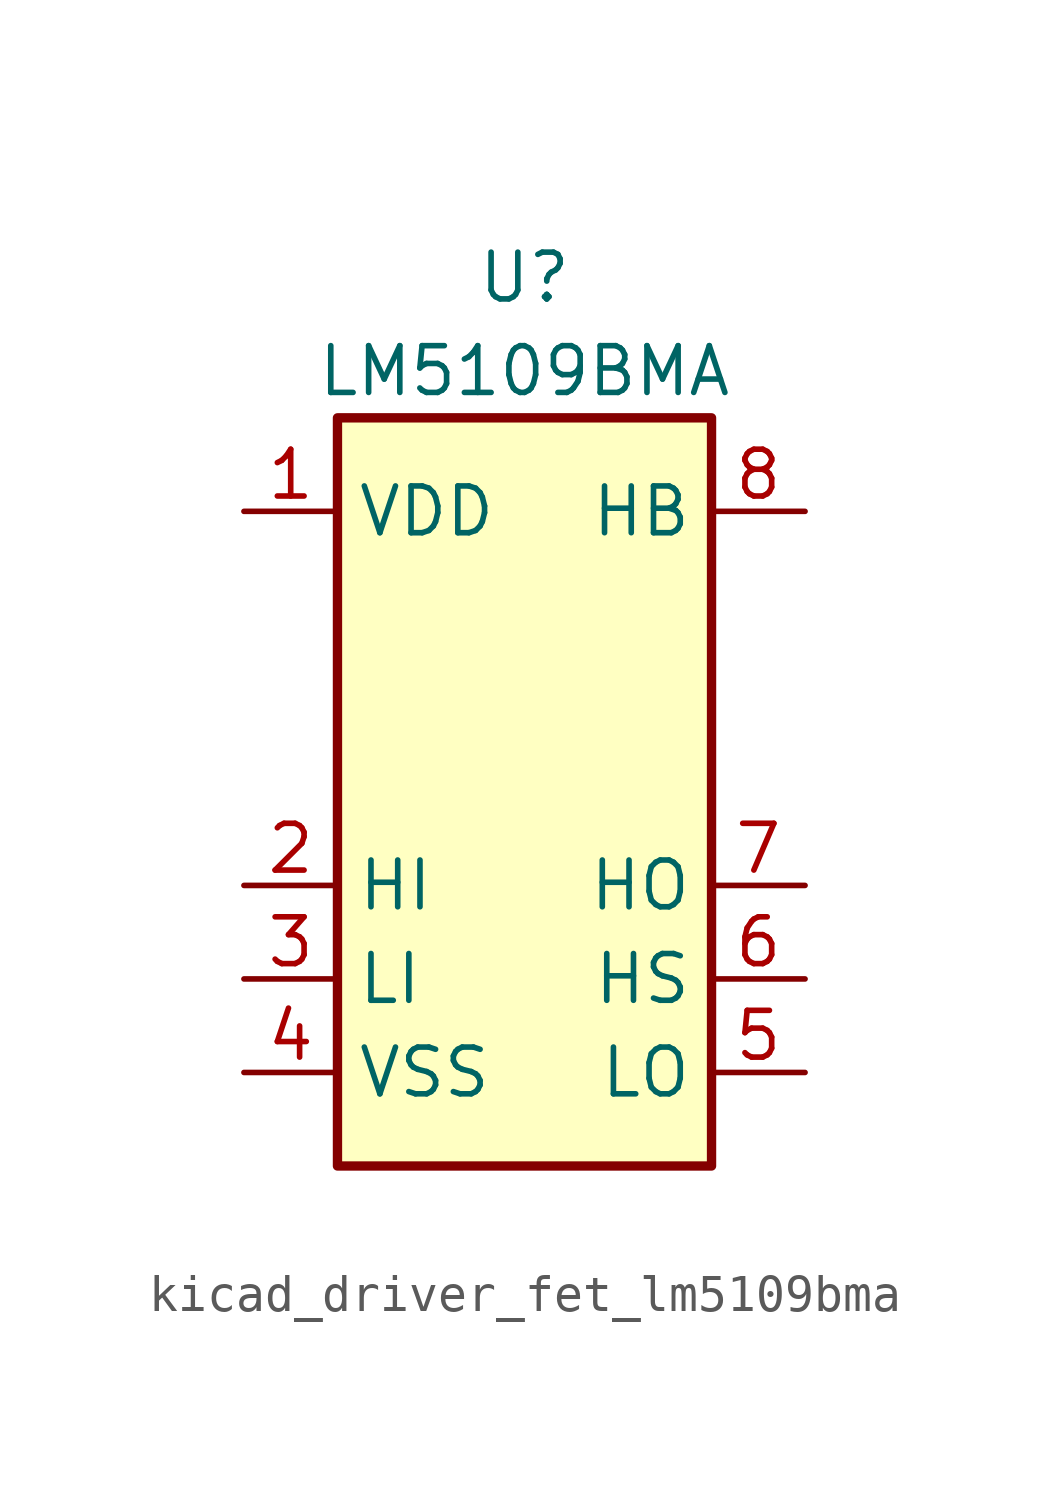
<source format=kicad_sym>
(kicad_symbol_lib
  (version 20220914)
  (generator kicad_symbol_editor)
  (symbol "kicad_driver_fet_lm5109bma"
    (property "Reference" "U"
      (at 0 13.97 0)
      (effects (font (size 1.27 1.27))))
    (property "Value" "LM5109BMA"
      (at 0 11.43 0)
      (effects (font (size 1.27 1.27))))
    (symbol "kicad_driver_fet_lm5109bma_0_1"
      (rectangle (start -5.08 -10.16) (end 5.08 10.16) (stroke (width 0.254) (type default)) (fill (type background))))
    (symbol "kicad_driver_fet_lm5109bma_1_1"
      (pin power_in line (at -7.62 7.62 0) (length 2.54) (name "VDD" (effects (font (size 1.27 1.27)))) (number "1" (effects (font (size 1.27 1.27)))))
      (pin input line (at -7.62 -2.54 0) (length 2.54) (name "HI" (effects (font (size 1.27 1.27)))) (number "2" (effects (font (size 1.27 1.27)))))
      (pin input line (at -7.62 -5.08 0) (length 2.54) (name "LI" (effects (font (size 1.27 1.27)))) (number "3" (effects (font (size 1.27 1.27)))))
      (pin power_in line (at -7.62 -7.62 0) (length 2.54) (name "VSS" (effects (font (size 1.27 1.27)))) (number "4" (effects (font (size 1.27 1.27)))))
      (pin output line (at 7.62 -7.62 180) (length 2.54) (name "LO" (effects (font (size 1.27 1.27)))) (number "5" (effects (font (size 1.27 1.27)))))
      (pin passive line (at 7.62 -5.08 180) (length 2.54) (name "HS" (effects (font (size 1.27 1.27)))) (number "6" (effects (font (size 1.27 1.27)))))
      (pin output line (at 7.62 -2.54 180) (length 2.54) (name "HO" (effects (font (size 1.27 1.27)))) (number "7" (effects (font (size 1.27 1.27)))))
      (pin passive line (at 7.62 7.62 180) (length 2.54) (name "HB" (effects (font (size 1.27 1.27)))) (number "8" (effects (font (size 1.27 1.27))))))))
</source>
